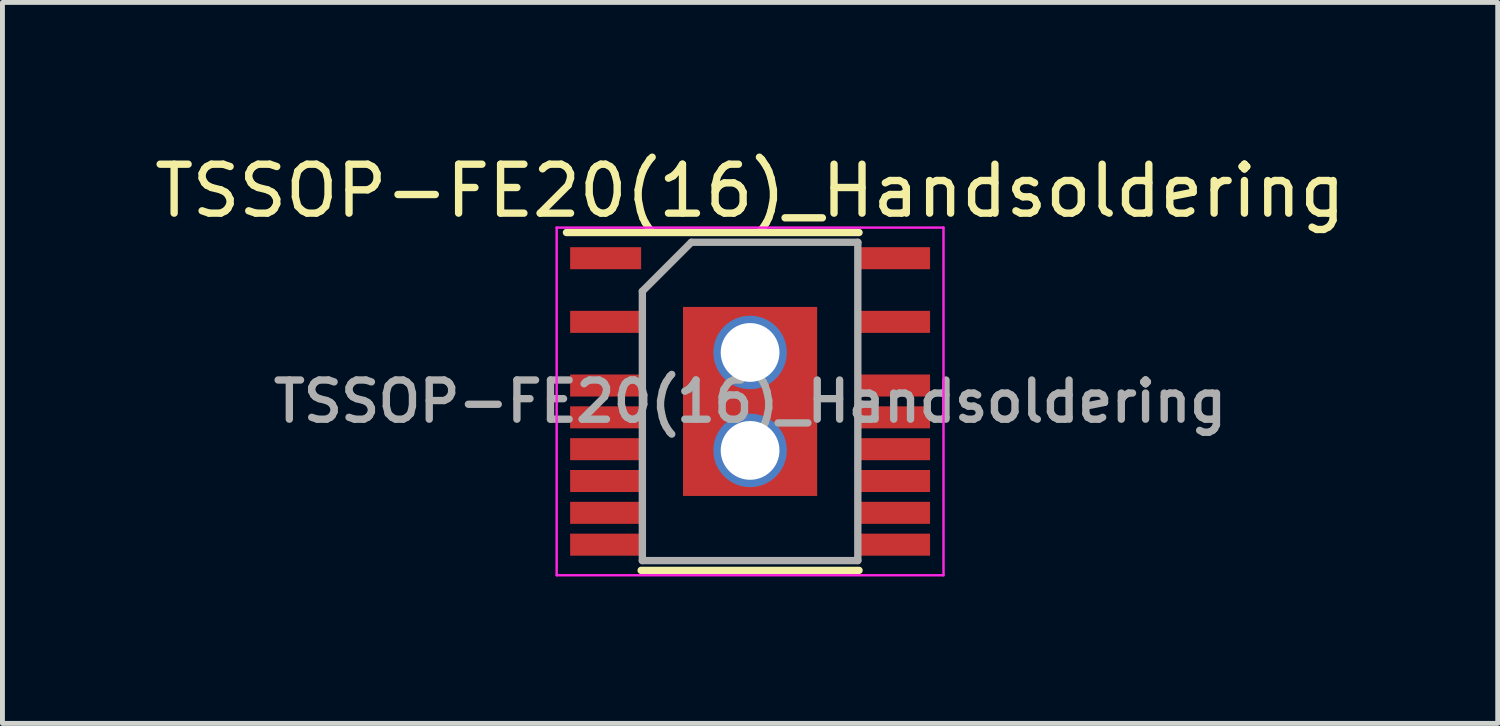
<source format=kicad_pcb>
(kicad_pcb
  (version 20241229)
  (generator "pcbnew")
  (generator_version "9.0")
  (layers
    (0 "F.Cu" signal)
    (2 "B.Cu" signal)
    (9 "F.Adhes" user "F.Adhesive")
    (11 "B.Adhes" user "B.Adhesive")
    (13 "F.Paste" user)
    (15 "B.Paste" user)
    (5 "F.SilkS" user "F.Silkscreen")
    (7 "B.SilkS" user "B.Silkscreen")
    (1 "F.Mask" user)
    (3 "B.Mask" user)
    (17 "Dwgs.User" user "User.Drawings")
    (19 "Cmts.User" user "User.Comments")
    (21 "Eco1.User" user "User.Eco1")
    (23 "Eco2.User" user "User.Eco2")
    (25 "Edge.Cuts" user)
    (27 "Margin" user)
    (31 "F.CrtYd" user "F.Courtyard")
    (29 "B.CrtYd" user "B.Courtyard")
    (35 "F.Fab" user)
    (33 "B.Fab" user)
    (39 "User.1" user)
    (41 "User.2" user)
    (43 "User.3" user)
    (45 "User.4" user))
  (footprint "TSSOP-FE20(16)_Handsoldering"
    (layer "F.Cu")
    (at 12.268 5.148)
    (property "Reference" "TSSOP-FE20(16)_Handsoldering" (at 0 -4.3 0) (layer "F.SilkS") (effects (font (size 1 1) (thickness 0.15))))
    (attr smd)
    (fp_line (start -3.75 -3.45) (end 2.225 -3.45) (stroke (width 0.15) (type solid)) (layer "F.SilkS"))
    (fp_line (start -2.225 3.45) (end 2.225 3.45) (stroke (width 0.15) (type solid)) (layer "F.SilkS"))
    (fp_line (start -3.95 -3.55) (end -3.95 3.55) (stroke (width 0.05) (type solid)) (layer "F.CrtYd"))
    (fp_line (start -3.95 -3.55) (end 3.95 -3.55) (stroke (width 0.05) (type solid)) (layer "F.CrtYd"))
    (fp_line (start -3.95 3.55) (end 3.95 3.55) (stroke (width 0.05) (type solid)) (layer "F.CrtYd"))
    (fp_line (start 3.95 -3.55) (end 3.95 3.55) (stroke (width 0.05) (type solid)) (layer "F.CrtYd"))
    (fp_line (start -2.2 -2.25) (end -1.2 -3.25) (stroke (width 0.15) (type solid)) (layer "F.Fab"))
    (fp_line (start -2.2 3.25) (end -2.2 -2.25) (stroke (width 0.15) (type solid)) (layer "F.Fab"))
    (fp_line (start -1.2 -3.25) (end 2.2 -3.25) (stroke (width 0.15) (type solid)) (layer "F.Fab"))
    (fp_line (start 2.2 -3.25) (end 2.2 3.25) (stroke (width 0.15) (type solid)) (layer "F.Fab"))
    (fp_line (start 2.2 3.25) (end -2.2 3.25) (stroke (width 0.15) (type solid)) (layer "F.Fab"))
    (fp_text user "${REFERENCE}" (at 0 0 0) (layer "F.Fab") (effects (font (size 0.8 0.8) (thickness 0.15))))
    (pad "1" smd rect (at -2.95 -2.925) (size 1.45 0.45) (layers "F.Cu" "F.Mask" "F.Paste"))
    (pad "3" smd rect (at -2.95 -1.625) (size 1.45 0.45) (layers "F.Cu" "F.Mask" "F.Paste"))
    (pad "5" smd rect (at -2.95 -0.325) (size 1.45 0.45) (layers "F.Cu" "F.Mask" "F.Paste"))
    (pad "6" smd rect (at -2.95 0.325) (size 1.45 0.45) (layers "F.Cu" "F.Mask" "F.Paste"))
    (pad "7" smd rect (at -2.95 0.975) (size 1.45 0.45) (layers "F.Cu" "F.Mask" "F.Paste"))
    (pad "8" smd rect (at -2.95 1.625) (size 1.45 0.45) (layers "F.Cu" "F.Mask" "F.Paste"))
    (pad "9" smd rect (at -2.95 2.275) (size 1.45 0.45) (layers "F.Cu" "F.Mask" "F.Paste"))
    (pad "10" smd rect (at -2.95 2.925) (size 1.45 0.45) (layers "F.Cu" "F.Mask" "F.Paste"))
    (pad "11" smd rect (at 2.95 2.925) (size 1.45 0.45) (layers "F.Cu" "F.Mask" "F.Paste"))
    (pad "12" smd rect (at 2.95 2.275) (size 1.45 0.45) (layers "F.Cu" "F.Mask" "F.Paste"))
    (pad "13" smd rect (at 2.95 1.625) (size 1.45 0.45) (layers "F.Cu" "F.Mask" "F.Paste"))
    (pad "14" smd rect (at 2.95 0.975) (size 1.45 0.45) (layers "F.Cu" "F.Mask" "F.Paste"))
    (pad "15" smd rect (at 2.95 0.325) (size 1.45 0.45) (layers "F.Cu" "F.Mask" "F.Paste"))
    (pad "16" smd rect (at 2.95 -0.325) (size 1.45 0.45) (layers "F.Cu" "F.Mask" "F.Paste"))
    (pad "18" smd rect (at 2.95 -1.625) (size 1.45 0.45) (layers "F.Cu" "F.Mask" "F.Paste"))
    (pad "20" smd rect (at 2.95 -2.925) (size 1.45 0.45) (layers "F.Cu" "F.Mask" "F.Paste"))
    (pad "21" thru_hole circle (at 0 -1) (size 1.5 1.5) (drill 1.2) (layers "*.Cu" "*.Mask"))
    (pad "21" smd rect (at 0 0) (size 2.74 3.86) (layers "F.Cu" "F.Mask" "F.Paste"))
    (pad "21" thru_hole circle (at 0 1) (size 1.5 1.5) (drill 1.2) (layers "*.Cu" "*.Mask")))
  (gr_rect
    (start -3 -3)
    (end 27.536 11.723)
    (stroke (width 0.1) (type default))
    (fill no)
    (layer "Edge.Cuts")))
</source>
